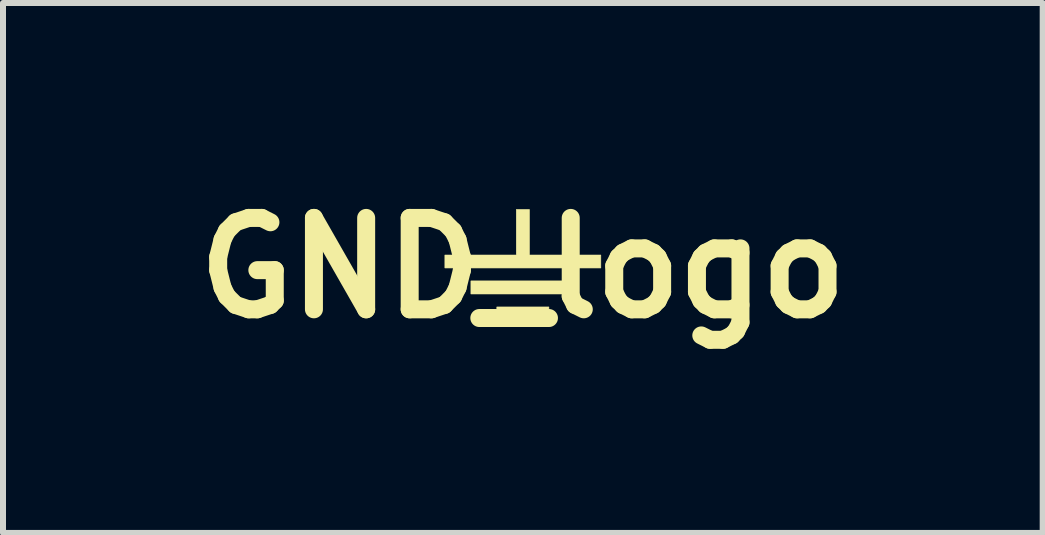
<source format=kicad_pcb>
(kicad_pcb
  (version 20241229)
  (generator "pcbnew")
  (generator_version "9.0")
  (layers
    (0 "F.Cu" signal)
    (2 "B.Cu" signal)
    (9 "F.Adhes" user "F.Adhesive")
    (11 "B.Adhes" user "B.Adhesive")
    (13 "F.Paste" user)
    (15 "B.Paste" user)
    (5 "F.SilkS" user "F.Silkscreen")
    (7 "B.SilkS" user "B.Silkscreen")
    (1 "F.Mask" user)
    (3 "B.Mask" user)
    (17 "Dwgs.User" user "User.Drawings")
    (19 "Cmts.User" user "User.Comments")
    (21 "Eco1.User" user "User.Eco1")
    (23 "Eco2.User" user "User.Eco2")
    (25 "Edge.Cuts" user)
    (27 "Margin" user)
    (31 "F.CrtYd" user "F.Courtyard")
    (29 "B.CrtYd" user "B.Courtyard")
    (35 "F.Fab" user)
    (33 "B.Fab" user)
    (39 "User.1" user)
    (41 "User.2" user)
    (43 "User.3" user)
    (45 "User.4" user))
  (footprint "GND_logo"
    (layer "F.Cu")
    (at 5.668 1.418)
    (property "Reference" "GND_logo" (at 0 0 0) (layer "F.SilkS") (effects (font (size 1.524 1.524) (thickness 0.3))))
    (attr through_hole)
    (fp_poly (pts (xy 0.434 0.866) (xy -0.434 0.866) (xy -0.434 0.65) (xy 0.434 0.65) (xy 0.434 0.866)) (stroke (width 0.01) (type solid)) (fill yes) (layer "F.SilkS"))
    (fp_poly (pts (xy 0.866 0.434) (xy -0.866 0.434) (xy -0.866 0.216) (xy 0.866 0.216) (xy 0.866 0.434)) (stroke (width 0.01) (type solid)) (fill yes) (layer "F.SilkS"))
    (fp_poly (pts (xy 0.109 -0.216) (xy 1.3 -0.216) (xy 1.3 0) (xy -1.3 0) (xy -1.3 -0.216) (xy -0.109 -0.216) (xy -0.109 -0.975) (xy 0.109 -0.975) (xy 0.109 -0.216)) (stroke (width 0.01) (type solid)) (fill yes) (layer "F.SilkS")))
  (gr_rect
    (start -3 -3)
    (end 14.336 5.836)
    (stroke (width 0.1) (type default))
    (fill no)
    (layer "Edge.Cuts")))
</source>
